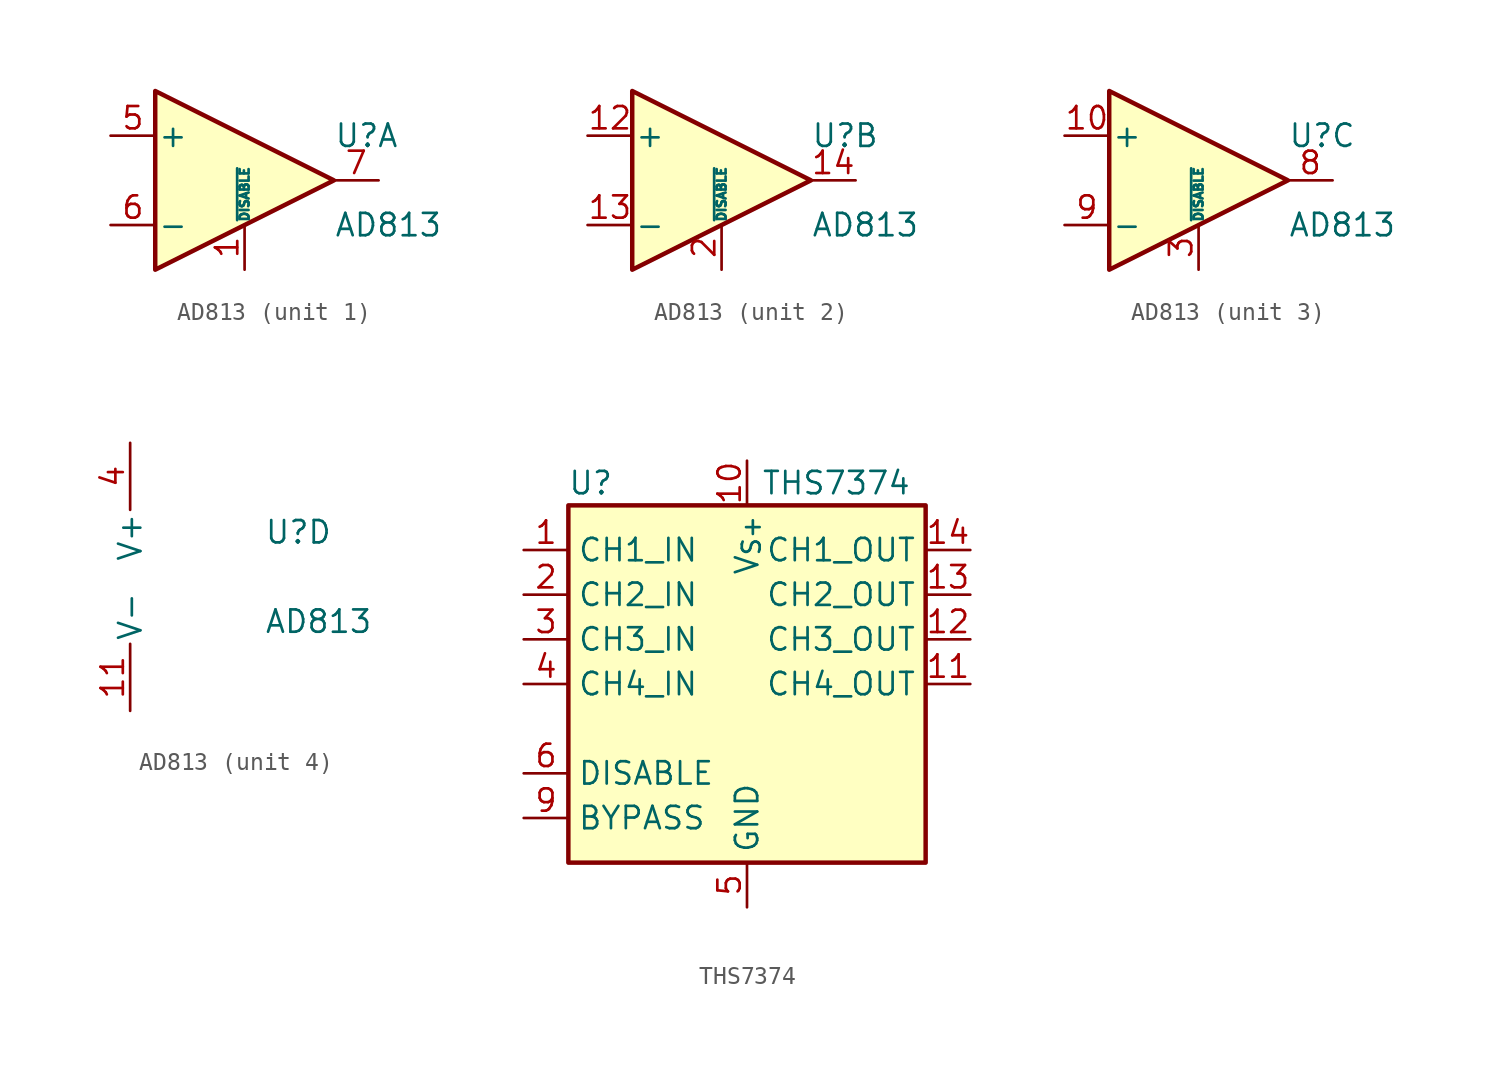
<source format=kicad_sym>
(kicad_symbol_lib
  (version 20231120)
  (generator "kicad_symbol_editor")
  (generator_version "8.0")
  (symbol "AD813"
    (pin_names
      (offset 0.127))
    (property "Reference" "U"
      (at 5.08 2.54 0)
      (effects (font (size 1.27 1.27)) (justify left)))
    (property "Value" "AD813"
      (at 5.08 -2.54 0)
      (effects (font (size 1.27 1.27)) (justify left)))
    (property "ki_locked" ""
      (at 0 0 0)
      (effects (font (size 1.27 1.27))))
    (symbol "AD813_1_1"
      (polyline (pts (xy 5.08 0) (xy -5.08 5.08) (xy -5.08 -5.08) (xy 5.08 0)) (stroke (width 0.254) (type default)) (fill (type background)))
      (pin input line (at 0 -5.08 90) (length 2.54) (name "~{DISABLE}" (effects (font (size 0.508 0.508)))) (number "1" (effects (font (size 1.27 1.27)))))
      (pin input line (at -7.62 2.54 0) (length 2.54) (name "+" (effects (font (size 1.27 1.27)))) (number "5" (effects (font (size 1.27 1.27)))))
      (pin input line (at -7.62 -2.54 0) (length 2.54) (name "-" (effects (font (size 1.27 1.27)))) (number "6" (effects (font (size 1.27 1.27)))))
      (pin output line (at 7.62 0 180) (length 2.54) (name "~" (effects (font (size 1.27 1.27)))) (number "7" (effects (font (size 1.27 1.27))))))
    (symbol "AD813_2_1"
      (polyline (pts (xy 5.08 0) (xy -5.08 5.08) (xy -5.08 -5.08) (xy 5.08 0)) (stroke (width 0.254) (type default)) (fill (type background)))
      (pin input line (at -7.62 2.54 0) (length 2.54) (name "+" (effects (font (size 1.27 1.27)))) (number "12" (effects (font (size 1.27 1.27)))))
      (pin input line (at -7.62 -2.54 0) (length 2.54) (name "-" (effects (font (size 1.27 1.27)))) (number "13" (effects (font (size 1.27 1.27)))))
      (pin output line (at 7.62 0 180) (length 2.54) (name "~" (effects (font (size 1.27 1.27)))) (number "14" (effects (font (size 1.27 1.27)))))
      (pin input line (at 0 -5.08 90) (length 2.54) (name "~{DISABLE}" (effects (font (size 0.508 0.508)))) (number "2" (effects (font (size 1.27 1.27))))))
    (symbol "AD813_3_1"
      (polyline (pts (xy 5.08 0) (xy -5.08 5.08) (xy -5.08 -5.08) (xy 5.08 0)) (stroke (width 0.254) (type default)) (fill (type background)))
      (pin input line (at -7.62 2.54 0) (length 2.54) (name "+" (effects (font (size 1.27 1.27)))) (number "10" (effects (font (size 1.27 1.27)))))
      (pin input line (at 0 -5.08 90) (length 2.54) (name "~{DISABLE}" (effects (font (size 0.508 0.508)))) (number "3" (effects (font (size 1.27 1.27)))))
      (pin output line (at 7.62 0 180) (length 2.54) (name "~" (effects (font (size 1.27 1.27)))) (number "8" (effects (font (size 1.27 1.27)))))
      (pin input line (at -7.62 -2.54 0) (length 2.54) (name "-" (effects (font (size 1.27 1.27)))) (number "9" (effects (font (size 1.27 1.27))))))
    (symbol "AD813_4_1"
      (pin power_in line (at -2.54 -7.62 90) (length 3.81) (name "V-" (effects (font (size 1.27 1.27)))) (number "11" (effects (font (size 1.27 1.27)))))
      (pin power_in line (at -2.54 7.62 270) (length 3.81) (name "V+" (effects (font (size 1.27 1.27)))) (number "4" (effects (font (size 1.27 1.27)))))))
  (symbol "THS7374"
    (property "Reference" "U"
      (at -8.89 11.43 0)
      (effects (font (size 1.27 1.27))))
    (property "Value" "THS7374"
      (at 5.08 11.43 0)
      (effects (font (size 1.27 1.27))))
    (symbol "THS7374_0_1"
      (rectangle (start -10.16 10.16) (end 10.16 -10.16) (stroke (width 0.254) (type default)) (fill (type background))))
    (symbol "THS7374_1_1"
      (pin input line (at -12.7 7.62 0) (length 2.54) (name "CH1_IN" (effects (font (size 1.27 1.27)))) (number "1" (effects (font (size 1.27 1.27)))))
      (pin power_in line (at 0 12.7 270) (length 2.54) (name "V_{S+}" (effects (font (size 1.27 1.27)))) (number "10" (effects (font (size 1.27 1.27)))))
      (pin output line (at 12.7 0 180) (length 2.54) (name "CH4_OUT" (effects (font (size 1.27 1.27)))) (number "11" (effects (font (size 1.27 1.27)))))
      (pin output line (at 12.7 2.54 180) (length 2.54) (name "CH3_OUT" (effects (font (size 1.27 1.27)))) (number "12" (effects (font (size 1.27 1.27)))))
      (pin output line (at 12.7 5.08 180) (length 2.54) (name "CH2_OUT" (effects (font (size 1.27 1.27)))) (number "13" (effects (font (size 1.27 1.27)))))
      (pin output line (at 12.7 7.62 180) (length 2.54) (name "CH1_OUT" (effects (font (size 1.27 1.27)))) (number "14" (effects (font (size 1.27 1.27)))))
      (pin input line (at -12.7 5.08 0) (length 2.54) (name "CH2_IN" (effects (font (size 1.27 1.27)))) (number "2" (effects (font (size 1.27 1.27)))))
      (pin input line (at -12.7 2.54 0) (length 2.54) (name "CH3_IN" (effects (font (size 1.27 1.27)))) (number "3" (effects (font (size 1.27 1.27)))))
      (pin input line (at -12.7 0 0) (length 2.54) (name "CH4_IN" (effects (font (size 1.27 1.27)))) (number "4" (effects (font (size 1.27 1.27)))))
      (pin power_in line (at 0 -12.7 90) (length 2.54) (name "GND" (effects (font (size 1.27 1.27)))) (number "5" (effects (font (size 1.27 1.27)))))
      (pin input line (at -12.7 -5.08 0) (length 2.54) (name "DISABLE" (effects (font (size 1.27 1.27)))) (number "6" (effects (font (size 1.27 1.27)))))
      (pin no_connect line (at 10.16 -5.08 180) (length 2.54) hide (name "NC" (effects (font (size 1.27 1.27)))) (number "7" (effects (font (size 1.27 1.27)))))
      (pin no_connect line (at 10.16 -7.62 180) (length 2.54) hide (name "NC" (effects (font (size 1.27 1.27)))) (number "8" (effects (font (size 1.27 1.27)))))
      (pin input line (at -12.7 -7.62 0) (length 2.54) (name "BYPASS" (effects (font (size 1.27 1.27)))) (number "9" (effects (font (size 1.27 1.27))))))))
</source>
